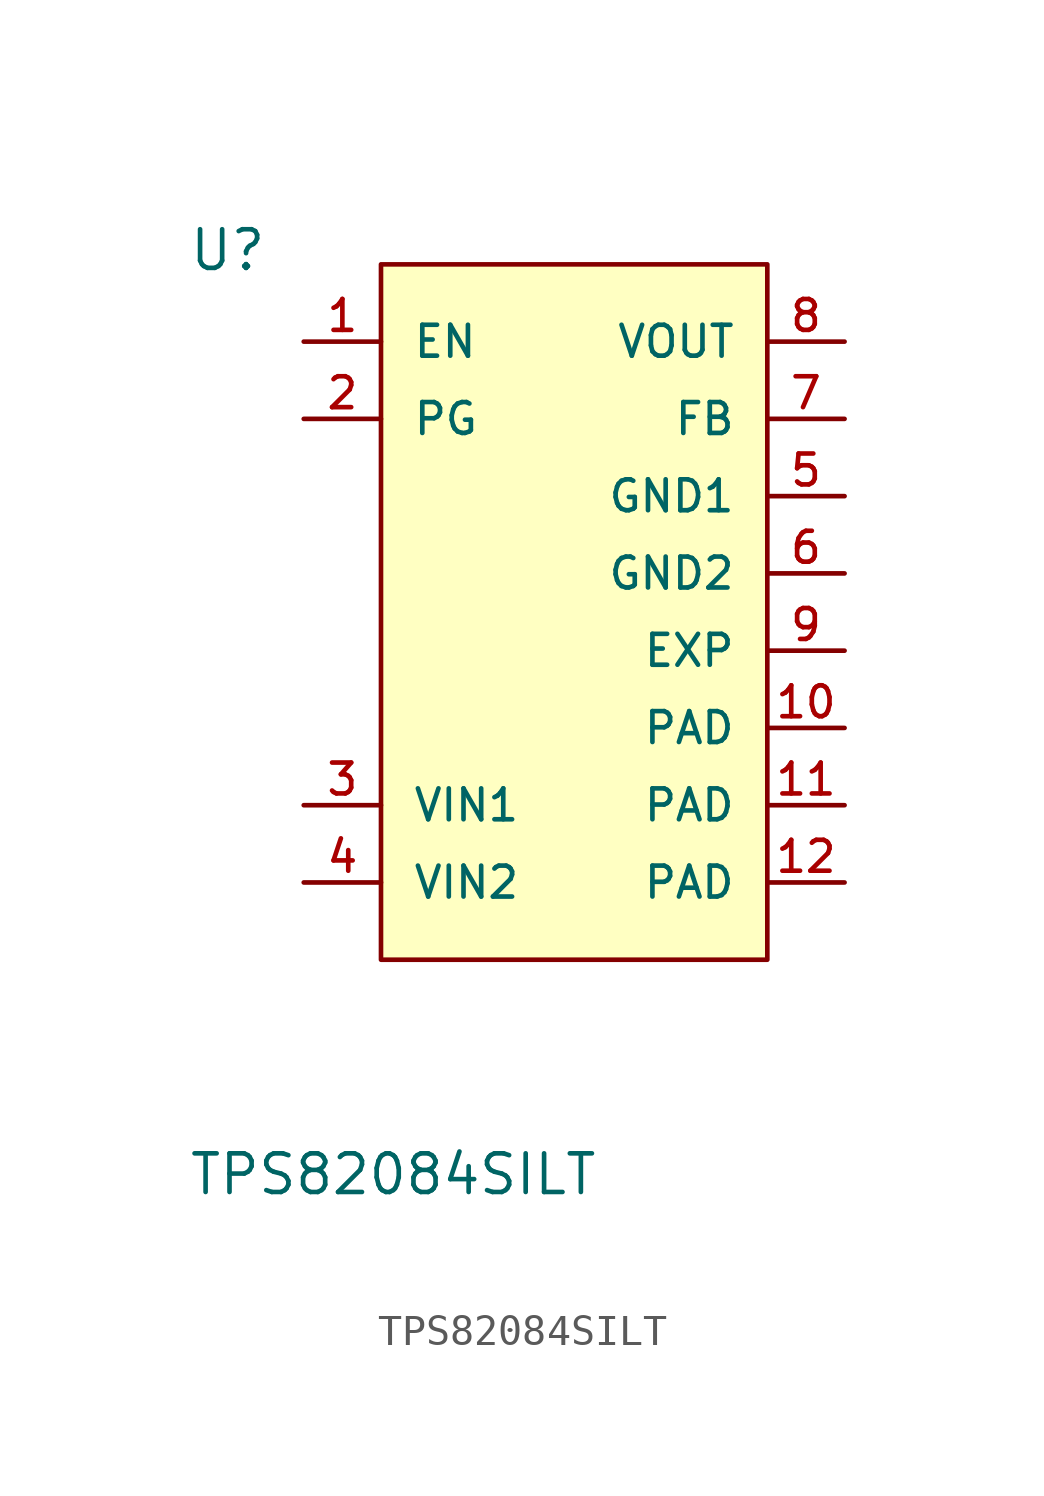
<source format=kicad_sym>
(kicad_symbol_lib
  (version 20211014)
  (generator kicad_symbol_editor)
  (symbol "TPS82084SILT"
    (pin_names
      (offset 1.016))
    (property "Reference" "U"
      (at -12.7 13.691 0)
      (effects (font (size 1.27 1.27)) (justify left bottom)))
    (property "Value" "TPS82084SILT"
      (at -12.7 -16.688 0)
      (effects (font (size 1.27 1.27)) (justify left bottom)))
    (property "ki_locked" ""
      (at 0 0 0)
      (effects (font (size 1.27 1.27))))
    (symbol "TPS82084SILT_0_0"
      (pin input line (at -8.89 11.43 0) (length 2.54) (name "EN" (effects (font (size 1.016 1.016)))) (number "1" (effects (font (size 1.016 1.016)))))
      (pin power_in line (at 8.89 -1.27 180) (length 2.54) (name "PAD" (effects (font (size 1.016 1.016)))) (number "10" (effects (font (size 1.016 1.016)))))
      (pin power_in line (at 8.89 -3.81 180) (length 2.54) (name "PAD" (effects (font (size 1.016 1.016)))) (number "11" (effects (font (size 1.016 1.016)))))
      (pin power_in line (at 8.89 -6.35 180) (length 2.54) (name "PAD" (effects (font (size 1.016 1.016)))) (number "12" (effects (font (size 1.016 1.016)))))
      (pin output line (at -8.89 8.89 0) (length 2.54) (name "PG" (effects (font (size 1.016 1.016)))) (number "2" (effects (font (size 1.016 1.016)))))
      (pin input line (at -8.89 -3.81 0) (length 2.54) (name "VIN1" (effects (font (size 1.016 1.016)))) (number "3" (effects (font (size 1.016 1.016)))))
      (pin input line (at -8.89 -6.35 0) (length 2.54) (name "VIN2" (effects (font (size 1.016 1.016)))) (number "4" (effects (font (size 1.016 1.016)))))
      (pin power_in line (at 8.89 6.35 180) (length 2.54) (name "GND1" (effects (font (size 1.016 1.016)))) (number "5" (effects (font (size 1.016 1.016)))))
      (pin power_in line (at 8.89 3.81 180) (length 2.54) (name "GND2" (effects (font (size 1.016 1.016)))) (number "6" (effects (font (size 1.016 1.016)))))
      (pin input line (at 8.89 8.89 180) (length 2.54) (name "FB" (effects (font (size 1.016 1.016)))) (number "7" (effects (font (size 1.016 1.016)))))
      (pin output line (at 8.89 11.43 180) (length 2.54) (name "VOUT" (effects (font (size 1.016 1.016)))) (number "8" (effects (font (size 1.016 1.016)))))
      (pin power_in line (at 8.89 1.27 180) (length 2.54) (name "EXP" (effects (font (size 1.016 1.016)))) (number "9" (effects (font (size 1.016 1.016))))))
    (symbol "TPS82084SILT_1_1"
      (rectangle (start -6.35 13.97) (end 6.35 -8.89) (stroke (width 0) (type default) (color 0 0 0 0)) (fill (type background))))))
</source>
